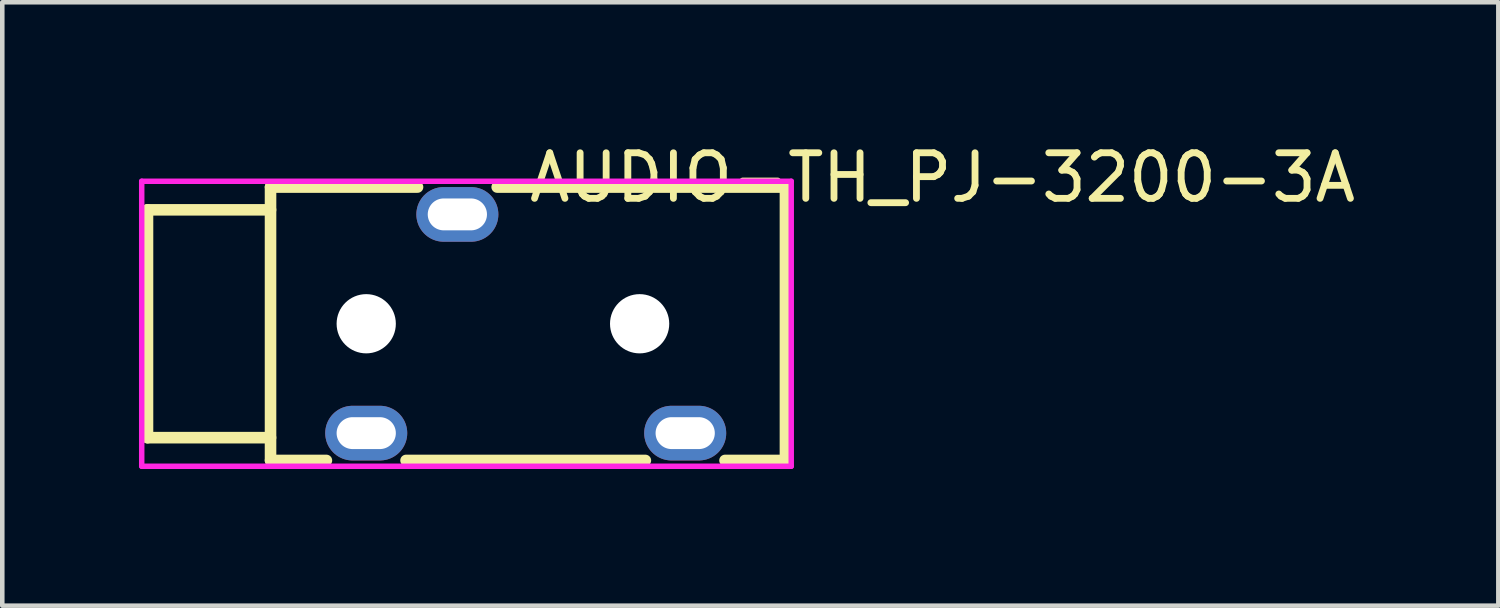
<source format=kicad_pcb>
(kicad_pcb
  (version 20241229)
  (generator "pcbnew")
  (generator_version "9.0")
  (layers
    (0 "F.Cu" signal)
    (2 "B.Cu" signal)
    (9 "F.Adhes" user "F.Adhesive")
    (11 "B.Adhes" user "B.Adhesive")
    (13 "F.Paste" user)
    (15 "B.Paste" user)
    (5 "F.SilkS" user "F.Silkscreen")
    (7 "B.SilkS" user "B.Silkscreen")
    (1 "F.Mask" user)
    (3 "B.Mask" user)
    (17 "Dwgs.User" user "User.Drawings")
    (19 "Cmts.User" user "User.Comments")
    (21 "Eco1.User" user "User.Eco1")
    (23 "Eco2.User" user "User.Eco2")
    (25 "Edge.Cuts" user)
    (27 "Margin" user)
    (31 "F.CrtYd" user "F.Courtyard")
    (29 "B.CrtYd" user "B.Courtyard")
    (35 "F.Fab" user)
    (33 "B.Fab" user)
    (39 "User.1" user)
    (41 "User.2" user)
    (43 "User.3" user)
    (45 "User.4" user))
  (footprint "AUDIO-TH_PJ-3200-3A"
    (layer "F.Cu")
    (at 8.487 4.055)
    (property "Reference" "AUDIO-TH_PJ-3200-3A" (at 0 -3.207 0) (layer "F.SilkS") (effects (font (size 1 1) (thickness 0.15)) (justify left)))
    (attr through_hole)
    (fp_line (start -8.3 -2.5) (end -8.3 2.5) (stroke (width 0.254) (type solid)) (layer "F.SilkS"))
    (fp_line (start -8.3 2.5) (end -5.6 2.5) (stroke (width 0.254) (type solid)) (layer "F.SilkS"))
    (fp_line (start -5.6 -3) (end -5.6 3) (stroke (width 0.254) (type solid)) (layer "F.SilkS"))
    (fp_line (start -5.6 -3) (end -2.374 -3) (stroke (width 0.254) (type solid)) (layer "F.SilkS"))
    (fp_line (start -5.6 -2.5) (end -8.3 -2.5) (stroke (width 0.254) (type solid)) (layer "F.SilkS"))
    (fp_line (start -5.6 3) (end -4.374 3) (stroke (width 0.254) (type solid)) (layer "F.SilkS"))
    (fp_line (start -2.626 3) (end 2.626 3) (stroke (width 0.254) (type solid)) (layer "F.SilkS"))
    (fp_line (start -0.626 -3) (end 5.7 -3) (stroke (width 0.254) (type solid)) (layer "F.SilkS"))
    (fp_line (start 4.374 3) (end 5.7 3) (stroke (width 0.254) (type solid)) (layer "F.SilkS"))
    (fp_line (start 5.7 -3) (end 5.7 3) (stroke (width 0.254) (type solid)) (layer "F.SilkS"))
    (fp_circle (center -8.427 3.127) (end -8.397 3.127) (stroke (width 0.06) (type solid)) (fill no) (layer "Eco2.User"))
    (fp_circle (center -3.5 0) (end -3.225 0) (stroke (width 0.55) (type solid)) (fill no) (layer "Eco2.User"))
    (fp_circle (center 2.5 0) (end 2.775 0) (stroke (width 0.55) (type solid)) (fill no) (layer "Eco2.User"))
    (fp_poly (pts (xy -3.8 2.12) (xy -3.2 2.12) (xy -3.2 2.68) (xy -3.8 2.68)) (stroke (width 0.12) (type solid)) (fill no) (layer "Eco2.User"))
    (fp_poly (pts (xy -1.8 -2.68) (xy -1.2 -2.68) (xy -1.2 -2.12) (xy -1.8 -2.12)) (stroke (width 0.12) (type solid)) (fill no) (layer "Eco2.User"))
    (fp_poly (pts (xy 3.2 2.12) (xy 3.8 2.12) (xy 3.8 2.68) (xy 3.2 2.68)) (stroke (width 0.12) (type solid)) (fill no) (layer "Eco2.User"))
    (fp_line (start -8.427 -3.127) (end 5.827 -3.127) (stroke (width 0.12) (type solid)) (layer "F.CrtYd"))
    (fp_line (start -8.427 3.127) (end -8.427 -3.127) (stroke (width 0.12) (type solid)) (layer "F.CrtYd"))
    (fp_line (start 5.827 -3.127) (end 5.827 3.127) (stroke (width 0.12) (type solid)) (layer "F.CrtYd"))
    (fp_line (start 5.827 3.127) (end -8.427 3.127) (stroke (width 0.12) (type solid)) (layer "F.CrtYd"))
    (pad "" np_thru_hole circle (at -3.5 0) (size 1.3 1.3) (drill 1.3) (layers "*.Cu" "*.Mask"))
    (pad "" np_thru_hole circle (at 2.5 0) (size 1.3 1.3) (drill 1.3) (layers "*.Cu" "*.Mask"))
    (pad "1" thru_hole oval (at -3.5 2.4) (size 1.8 1.2) (drill oval 1.3 0.7) (layers "*.Cu" "*.Mask"))
    (pad "2" thru_hole oval (at 3.5 2.4) (size 1.8 1.2) (drill oval 1.3 0.7) (layers "*.Cu" "*.Mask"))
    (pad "3" thru_hole oval (at -1.5 -2.4) (size 1.8 1.2) (drill oval 1.3 0.7) (layers "*.Cu" "*.Mask")))
  (gr_rect
    (start -3 -3)
    (end 29.832 10.242)
    (stroke (width 0.1) (type default))
    (fill no)
    (layer "Edge.Cuts")))
</source>
